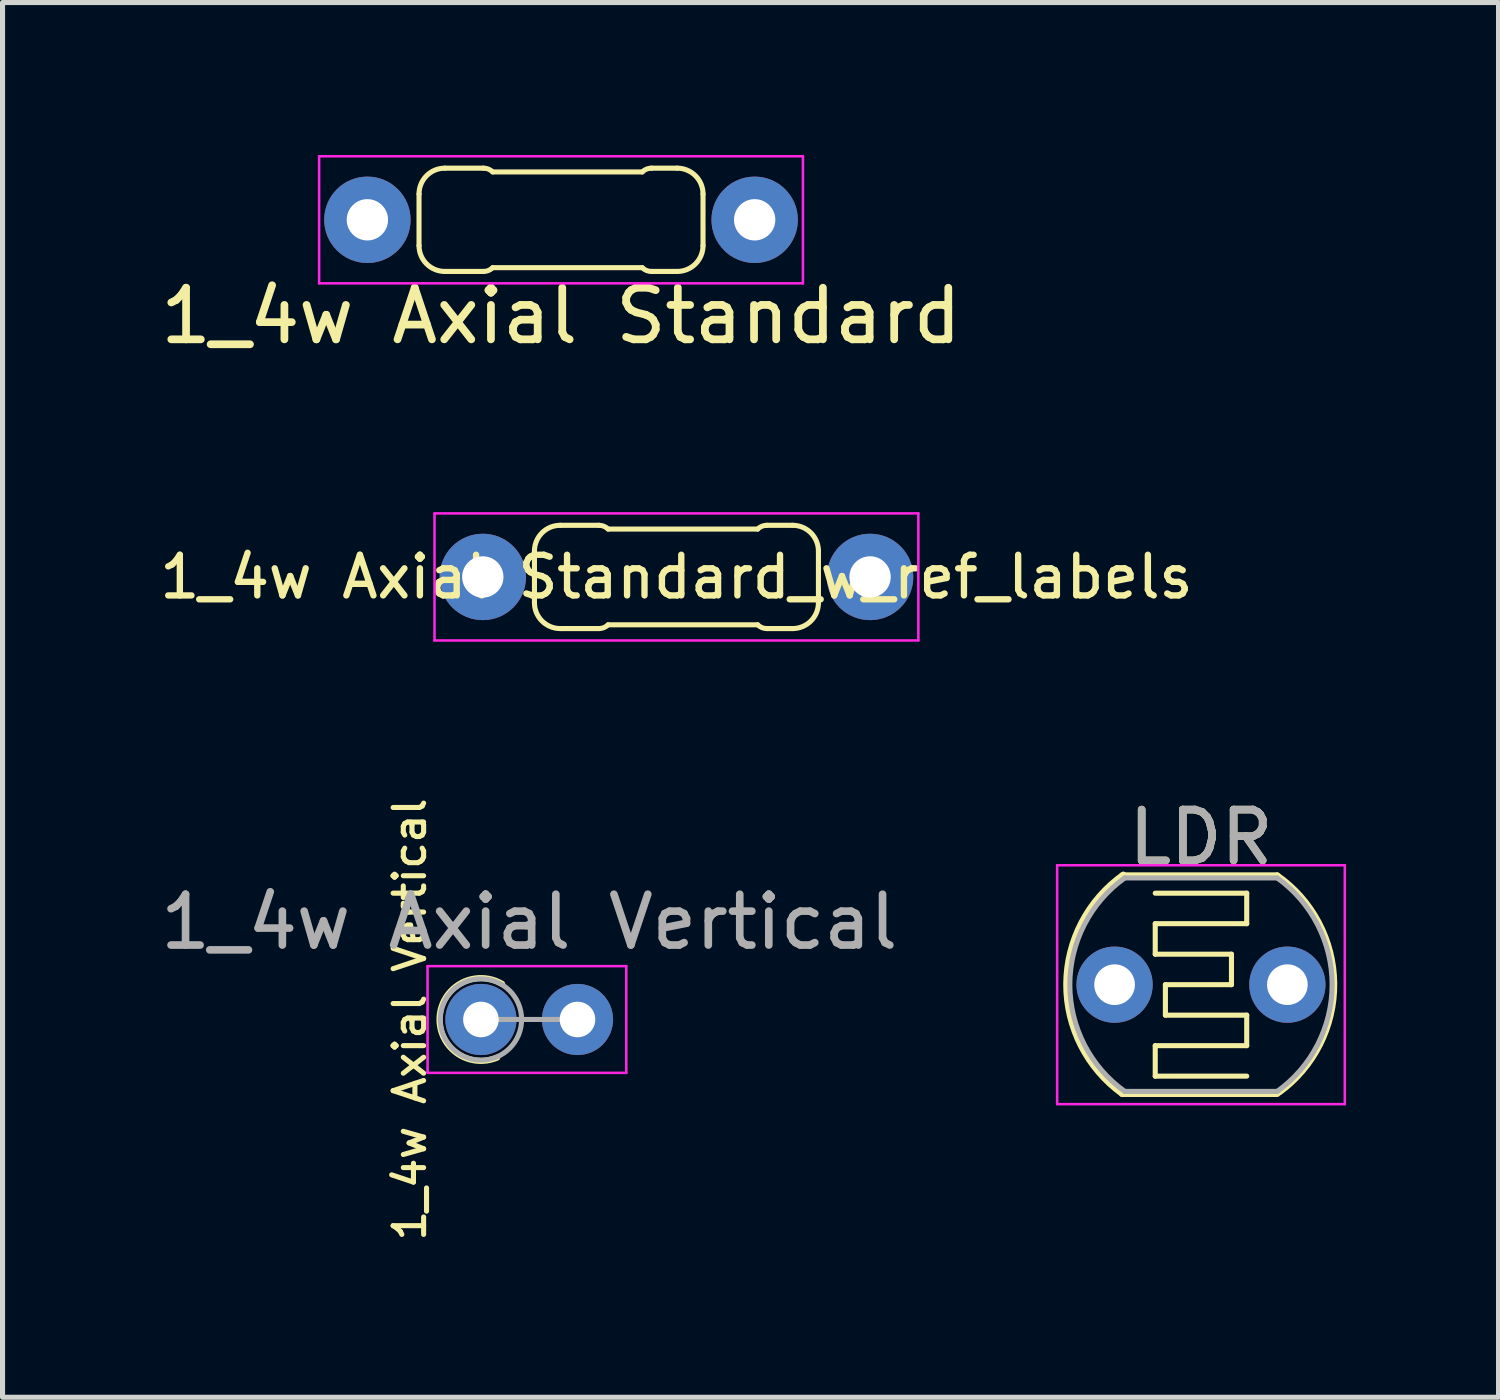
<source format=kicad_pcb>
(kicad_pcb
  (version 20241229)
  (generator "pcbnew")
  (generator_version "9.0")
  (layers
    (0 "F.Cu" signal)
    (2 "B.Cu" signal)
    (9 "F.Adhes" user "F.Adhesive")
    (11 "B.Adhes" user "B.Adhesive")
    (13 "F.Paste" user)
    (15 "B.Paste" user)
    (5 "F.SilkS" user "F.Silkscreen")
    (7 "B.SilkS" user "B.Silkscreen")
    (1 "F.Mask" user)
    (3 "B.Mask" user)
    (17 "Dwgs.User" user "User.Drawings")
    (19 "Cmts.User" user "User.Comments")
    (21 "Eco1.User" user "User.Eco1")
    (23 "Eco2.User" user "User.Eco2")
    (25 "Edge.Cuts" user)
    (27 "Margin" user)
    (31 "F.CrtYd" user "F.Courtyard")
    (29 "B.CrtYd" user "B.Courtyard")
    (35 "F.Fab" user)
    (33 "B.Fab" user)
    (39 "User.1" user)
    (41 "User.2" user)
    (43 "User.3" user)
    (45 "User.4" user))
  (footprint "1_4w Axial Standard_w_ref_labels"
    (layer "F.Cu")
    (at 10.26 8.302)
    (property "Reference" "1_4w Axial Standard_w_ref_labels" (at 0 0 0) (layer "F.SilkS") (effects (font (size 0.8 0.8) (thickness 0.125))))
    (attr through_hole)
    (fp_line (start -2.794 -0.508) (end -2.794 0.508) (stroke (width 0.1) (type default)) (layer "F.SilkS"))
    (fp_line (start -2.286 -1.016) (end -1.524 -1.016) (stroke (width 0.1) (type default)) (layer "F.SilkS"))
    (fp_line (start -1.524 1.016) (end -2.286 1.016) (stroke (width 0.1) (type default)) (layer "F.SilkS"))
    (fp_line (start -1.344 -0.942) (end 1.598 -0.942) (stroke (width 0.1) (type default)) (layer "F.SilkS"))
    (fp_line (start -1.344 0.942) (end 1.598 0.942) (stroke (width 0.1) (type default)) (layer "F.SilkS"))
    (fp_line (start 1.778 -1.016) (end 2.286 -1.016) (stroke (width 0.1) (type default)) (layer "F.SilkS"))
    (fp_line (start 2.286 1.016) (end 1.778 1.016) (stroke (width 0.1) (type default)) (layer "F.SilkS"))
    (fp_line (start 2.794 -0.508) (end 2.794 0.508) (stroke (width 0.1) (type default)) (layer "F.SilkS"))
    (fp_arc (start -2.794 -0.508) (mid -2.64521 -0.86721) (end -2.286 -1.016) (stroke (width 0.1) (type default)) (layer "F.SilkS"))
    (fp_arc (start -2.286 1.016) (mid -2.64521 0.86721) (end -2.794 0.508) (stroke (width 0.1) (type default)) (layer "F.SilkS"))
    (fp_arc (start -1.524 -1.016) (mid -1.426798 -0.996665) (end -1.344395 -0.941605) (stroke (width 0.1) (type default)) (layer "F.SilkS"))
    (fp_arc (start -1.344395 0.941605) (mid -1.426798 0.996665) (end -1.524 1.016) (stroke (width 0.1) (type default)) (layer "F.SilkS"))
    (fp_arc (start 1.598395 -0.941605) (mid 1.680798 -0.996665) (end 1.778 -1.016) (stroke (width 0.1) (type default)) (layer "F.SilkS"))
    (fp_arc (start 1.778 1.016) (mid 1.680798 0.996665) (end 1.598395 0.941605) (stroke (width 0.1) (type default)) (layer "F.SilkS"))
    (fp_arc (start 2.286 -1.016) (mid 2.64521 -0.86721) (end 2.794 -0.508) (stroke (width 0.1) (type default)) (layer "F.SilkS"))
    (fp_arc (start 2.794 0.508) (mid 2.64521 0.86721) (end 2.286 1.016) (stroke (width 0.1) (type default)) (layer "F.SilkS"))
    (fp_line (start -4.76 -1.25) (end 4.76 -1.25) (stroke (width 0.05) (type solid)) (layer "F.CrtYd"))
    (fp_line (start -4.76 1.25) (end -4.76 -1.25) (stroke (width 0.05) (type solid)) (layer "F.CrtYd"))
    (fp_line (start 4.76 -1.25) (end 4.76 1.25) (stroke (width 0.05) (type solid)) (layer "F.CrtYd"))
    (fp_line (start 4.76 1.25) (end -4.76 1.25) (stroke (width 0.05) (type solid)) (layer "F.CrtYd"))
    (pad "1" thru_hole circle (at -3.81 0) (size 1.7 1.7) (drill 0.813) (layers "*.Cu" "*.Mask"))
    (pad "2" thru_hole circle (at 3.81 0) (size 1.7 1.7) (drill 0.813) (layers "*.Cu" "*.Mask")))
  (footprint "1_4w Axial Vertical"
    (layer "F.Cu")
    (at 6.413 17.01)
    (property "Reference" "1_4w Axial Vertical" (at -1.4 0 90) (layer "F.SilkS") (effects (font (size 0.6 0.6) (thickness 0.1) (bold yes))))
    (attr through_hole)
    (fp_arc (start 0.320095 0.749359) (mid -0.813042 -0.054435) (end 0.417133 -0.7) (stroke (width 0.12) (type solid)) (layer "F.SilkS"))
    (fp_line (start -1.05 -1.05) (end -1.05 1.05) (stroke (width 0.05) (type solid)) (layer "F.CrtYd"))
    (fp_line (start -1.05 1.05) (end 2.86 1.05) (stroke (width 0.05) (type solid)) (layer "F.CrtYd"))
    (fp_line (start 2.86 -1.05) (end -1.05 -1.05) (stroke (width 0.05) (type solid)) (layer "F.CrtYd"))
    (fp_line (start 2.86 1.05) (end 2.86 -1.05) (stroke (width 0.05) (type solid)) (layer "F.CrtYd"))
    (fp_line (start 0 0) (end 1.9 0) (stroke (width 0.1) (type solid)) (layer "F.Fab"))
    (fp_circle (center 0 0) (end 0.8 0) (stroke (width 0.1) (type solid)) (fill no) (layer "F.Fab"))
    (fp_text user "${REFERENCE}" (at 0.95 -1.92 0) (layer "F.Fab") (effects (font (size 1 1) (thickness 0.15))))
    (pad "1" thru_hole circle (at 0 0) (size 1.4 1.4) (drill 0.7) (layers "*.Cu" "*.Mask"))
    (pad "2" thru_hole oval (at 1.9 0) (size 1.4 1.4) (drill 0.7) (layers "*.Cu" "*.Mask")))
  (footprint "LDR"
    (layer "F.Cu")
    (at 18.881 16.325)
    (property "Reference" "LDR" (at 1.7 -2.9 0) (layer "F.SilkS") (effects (font (size 1 1) (thickness 0.15))))
    (attr through_hole)
    (fp_line (start 0.15 -2.15) (end 3.2 -2.15) (stroke (width 0.12) (type solid)) (layer "F.SilkS"))
    (fp_line (start 0.15 2.15) (end 3.2 2.15) (stroke (width 0.12) (type solid)) (layer "F.SilkS"))
    (fp_line (start 0.8 -1.8) (end 2.6 -1.8) (stroke (width 0.1) (type solid)) (layer "F.SilkS"))
    (fp_line (start 0.8 -1.2) (end 0.8 -0.6) (stroke (width 0.1) (type solid)) (layer "F.SilkS"))
    (fp_line (start 0.8 1.2) (end 0.8 1.8) (stroke (width 0.1) (type solid)) (layer "F.SilkS"))
    (fp_line (start 0.8 1.8) (end 2.6 1.8) (stroke (width 0.1) (type solid)) (layer "F.SilkS"))
    (fp_line (start 1 0) (end 1 0.6) (stroke (width 0.1) (type solid)) (layer "F.SilkS"))
    (fp_line (start 1 0) (end 2.3 0) (stroke (width 0.1) (type solid)) (layer "F.SilkS"))
    (fp_line (start 2.3 -0.6) (end 0.8 -0.6) (stroke (width 0.1) (type solid)) (layer "F.SilkS"))
    (fp_line (start 2.3 0) (end 2.3 -0.6) (stroke (width 0.1) (type solid)) (layer "F.SilkS"))
    (fp_line (start 2.6 -1.8) (end 2.6 -1.2) (stroke (width 0.1) (type solid)) (layer "F.SilkS"))
    (fp_line (start 2.6 -1.2) (end 0.8 -1.2) (stroke (width 0.1) (type solid)) (layer "F.SilkS"))
    (fp_line (start 2.6 0.6) (end 1 0.6) (stroke (width 0.1) (type solid)) (layer "F.SilkS"))
    (fp_line (start 2.6 0.6) (end 2.6 1.2) (stroke (width 0.1) (type solid)) (layer "F.SilkS"))
    (fp_line (start 2.6 1.2) (end 0.8 1.2) (stroke (width 0.1) (type solid)) (layer "F.SilkS"))
    (fp_arc (start 0.15 2.15) (mid -0.950438 -0.013368) (end 0.171766 -2.165525) (stroke (width 0.12) (type solid)) (layer "F.SilkS"))
    (fp_arc (start 3.2 -2.15) (mid 4.321403 -0.027338) (end 3.244513 2.118249) (stroke (width 0.12) (type solid)) (layer "F.SilkS"))
    (fp_line (start -1.13 -2.35) (end -1.13 2.35) (stroke (width 0.05) (type solid)) (layer "F.CrtYd"))
    (fp_line (start -1.13 -2.35) (end 4.53 -2.35) (stroke (width 0.05) (type solid)) (layer "F.CrtYd"))
    (fp_line (start 4.53 2.35) (end -1.13 2.35) (stroke (width 0.05) (type solid)) (layer "F.CrtYd"))
    (fp_line (start 4.53 2.35) (end 4.53 -2.35) (stroke (width 0.05) (type solid)) (layer "F.CrtYd"))
    (fp_line (start 0.2 -2.1) (end 3.2 -2.1) (stroke (width 0.1) (type solid)) (layer "F.Fab"))
    (fp_line (start 3.2 2.1) (end 0.2 2.1) (stroke (width 0.1) (type solid)) (layer "F.Fab"))
    (fp_arc (start 0.2 2.1) (mid -0.880697 -0.001697) (end 0.202763 -2.101971) (stroke (width 0.1) (type solid)) (layer "F.Fab"))
    (fp_arc (start 3.2 -2.1) (mid 4.280697 0.001697) (end 3.197237 2.101971) (stroke (width 0.1) (type solid)) (layer "F.Fab"))
    (fp_text user "${REFERENCE}" (at 1.7 -2.9 0) (layer "F.Fab") (effects (font (size 1 1) (thickness 0.15))))
    (pad "1" thru_hole circle (at 0 0) (size 1.5 1.5) (drill 0.8) (layers "*.Cu" "*.Mask"))
    (pad "2" thru_hole circle (at 3.4 0) (size 1.5 1.5) (drill 0.8) (layers "*.Cu" "*.Mask")))
  (footprint "1_4w Axial Standard"
    (layer "F.Cu")
    (at 7.989 1.275)
    (property "Reference" "1_4w Axial Standard" (at 0 1.89 0) (layer "F.SilkS") (effects (font (size 1.016 1.016) (thickness 0.152))))
    (attr through_hole)
    (fp_line (start -2.794 -0.508) (end -2.794 0.508) (stroke (width 0.1) (type default)) (layer "F.SilkS"))
    (fp_line (start -2.286 -1.016) (end -1.524 -1.016) (stroke (width 0.1) (type default)) (layer "F.SilkS"))
    (fp_line (start -1.524 1.016) (end -2.286 1.016) (stroke (width 0.1) (type default)) (layer "F.SilkS"))
    (fp_line (start -1.344 -0.942) (end 1.598 -0.942) (stroke (width 0.1) (type default)) (layer "F.SilkS"))
    (fp_line (start -1.344 0.942) (end 1.598 0.942) (stroke (width 0.1) (type default)) (layer "F.SilkS"))
    (fp_line (start 1.778 -1.016) (end 2.286 -1.016) (stroke (width 0.1) (type default)) (layer "F.SilkS"))
    (fp_line (start 2.286 1.016) (end 1.778 1.016) (stroke (width 0.1) (type default)) (layer "F.SilkS"))
    (fp_line (start 2.794 -0.508) (end 2.794 0.508) (stroke (width 0.1) (type default)) (layer "F.SilkS"))
    (fp_arc (start -2.794 -0.508) (mid -2.64521 -0.86721) (end -2.286 -1.016) (stroke (width 0.1) (type default)) (layer "F.SilkS"))
    (fp_arc (start -2.286 1.016) (mid -2.64521 0.86721) (end -2.794 0.508) (stroke (width 0.1) (type default)) (layer "F.SilkS"))
    (fp_arc (start -1.524 -1.016) (mid -1.426798 -0.996665) (end -1.344395 -0.941605) (stroke (width 0.1) (type default)) (layer "F.SilkS"))
    (fp_arc (start -1.344395 0.941605) (mid -1.426798 0.996665) (end -1.524 1.016) (stroke (width 0.1) (type default)) (layer "F.SilkS"))
    (fp_arc (start 1.598395 -0.941605) (mid 1.680798 -0.996665) (end 1.778 -1.016) (stroke (width 0.1) (type default)) (layer "F.SilkS"))
    (fp_arc (start 1.778 1.016) (mid 1.680798 0.996665) (end 1.598395 0.941605) (stroke (width 0.1) (type default)) (layer "F.SilkS"))
    (fp_arc (start 2.286 -1.016) (mid 2.64521 -0.86721) (end 2.794 -0.508) (stroke (width 0.1) (type default)) (layer "F.SilkS"))
    (fp_arc (start 2.794 0.508) (mid 2.64521 0.86721) (end 2.286 1.016) (stroke (width 0.1) (type default)) (layer "F.SilkS"))
    (fp_line (start -4.76 -1.25) (end 4.76 -1.25) (stroke (width 0.05) (type solid)) (layer "F.CrtYd"))
    (fp_line (start -4.76 1.25) (end -4.76 -1.25) (stroke (width 0.05) (type solid)) (layer "F.CrtYd"))
    (fp_line (start 4.76 -1.25) (end 4.76 1.25) (stroke (width 0.05) (type solid)) (layer "F.CrtYd"))
    (fp_line (start 4.76 1.25) (end -4.76 1.25) (stroke (width 0.05) (type solid)) (layer "F.CrtYd"))
    (pad "1" thru_hole circle (at -3.81 0) (size 1.7 1.7) (drill 0.813) (layers "*.Cu" "*.Mask"))
    (pad "2" thru_hole circle (at 3.81 0) (size 1.7 1.7) (drill 0.813) (layers "*.Cu" "*.Mask")))
  (gr_rect
    (start -3 -3)
    (end 26.436 24.443)
    (stroke (width 0.1) (type default))
    (fill no)
    (layer "Edge.Cuts")))
</source>
